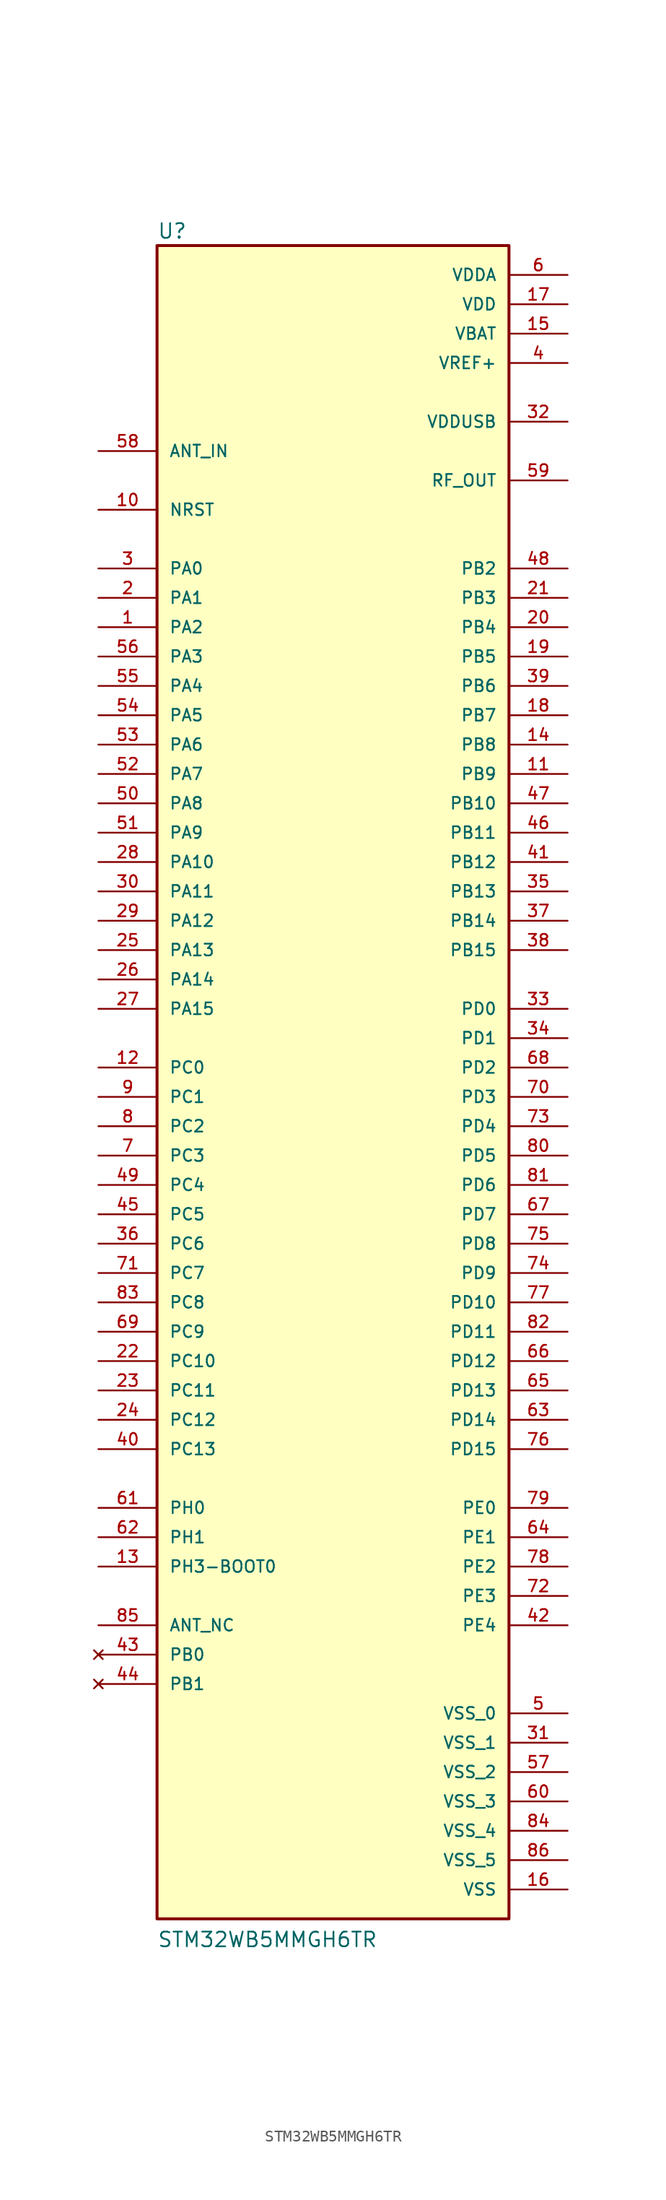
<source format=kicad_sym>
(kicad_symbol_lib
  (version 20211014)
  (generator kicad_symbol_editor)
  (symbol "STM32WB5MMGH6TR"
    (pin_names
      (offset 1.016))
    (property "Reference" "U"
      (at -15.24 71.628 0)
      (effects (font (size 1.27 1.27)) (justify bottom left)))
    (property "Value" "STM32WB5MMGH6TR"
      (at -15.24 -76.2 0)
      (effects (font (size 1.27 1.27)) (justify bottom left)))
    (symbol "STM32WB5MMGH6TR_0_0"
      (rectangle (start -15.24 -73.66) (end 15.24 71.12) (stroke (width 0.254)) (fill (type background)))
      (pin bidirectional line (at 20.32 -43.18 180.0) (length 5.08) (name "PE2" (effects (font (size 1.016 1.016)))) (number "78" (effects (font (size 1.016 1.016)))))
      (pin bidirectional line (at 20.32 -45.72 180.0) (length 5.08) (name "PE3" (effects (font (size 1.016 1.016)))) (number "72" (effects (font (size 1.016 1.016)))))
      (pin bidirectional line (at 20.32 -48.26 180.0) (length 5.08) (name "PE4" (effects (font (size 1.016 1.016)))) (number "42" (effects (font (size 1.016 1.016)))))
      (pin power_in line (at 20.32 63.5 180.0) (length 5.08) (name "VBAT" (effects (font (size 1.016 1.016)))) (number "15" (effects (font (size 1.016 1.016)))))
      (pin bidirectional line (at -20.32 -33.02 0) (length 5.08) (name "PC13" (effects (font (size 1.016 1.016)))) (number "40" (effects (font (size 1.016 1.016)))))
      (pin bidirectional line (at -20.32 -38.1 0) (length 5.08) (name "PH0" (effects (font (size 1.016 1.016)))) (number "61" (effects (font (size 1.016 1.016)))))
      (pin bidirectional line (at -20.32 -40.64 0) (length 5.08) (name "PH1" (effects (font (size 1.016 1.016)))) (number "62" (effects (font (size 1.016 1.016)))))
      (pin bidirectional line (at -20.32 0.0 0) (length 5.08) (name "PC0" (effects (font (size 1.016 1.016)))) (number "12" (effects (font (size 1.016 1.016)))))
      (pin bidirectional line (at -20.32 -2.54 0) (length 5.08) (name "PC1" (effects (font (size 1.016 1.016)))) (number "9" (effects (font (size 1.016 1.016)))))
      (pin bidirectional line (at -20.32 -5.08 0) (length 5.08) (name "PC2" (effects (font (size 1.016 1.016)))) (number "8" (effects (font (size 1.016 1.016)))))
      (pin bidirectional line (at -20.32 -7.62 0) (length 5.08) (name "PC3" (effects (font (size 1.016 1.016)))) (number "7" (effects (font (size 1.016 1.016)))))
      (pin input line (at -20.32 48.26 0) (length 5.08) (name "NRST" (effects (font (size 1.016 1.016)))) (number "10" (effects (font (size 1.016 1.016)))))
      (pin power_in line (at 20.32 60.96 180.0) (length 5.08) (name "VREF+" (effects (font (size 1.016 1.016)))) (number "4" (effects (font (size 1.016 1.016)))))
      (pin power_in line (at 20.32 68.58 180.0) (length 5.08) (name "VDDA" (effects (font (size 1.016 1.016)))) (number "6" (effects (font (size 1.016 1.016)))))
      (pin bidirectional line (at -20.32 43.18 0) (length 5.08) (name "PA0" (effects (font (size 1.016 1.016)))) (number "3" (effects (font (size 1.016 1.016)))))
      (pin bidirectional line (at -20.32 40.64 0) (length 5.08) (name "PA1" (effects (font (size 1.016 1.016)))) (number "2" (effects (font (size 1.016 1.016)))))
      (pin bidirectional line (at -20.32 38.1 0) (length 5.08) (name "PA2" (effects (font (size 1.016 1.016)))) (number "1" (effects (font (size 1.016 1.016)))))
      (pin bidirectional line (at -20.32 35.56 0) (length 5.08) (name "PA3" (effects (font (size 1.016 1.016)))) (number "56" (effects (font (size 1.016 1.016)))))
      (pin bidirectional line (at -20.32 33.02 0) (length 5.08) (name "PA4" (effects (font (size 1.016 1.016)))) (number "55" (effects (font (size 1.016 1.016)))))
      (pin bidirectional line (at -20.32 30.48 0) (length 5.08) (name "PA5" (effects (font (size 1.016 1.016)))) (number "54" (effects (font (size 1.016 1.016)))))
      (pin bidirectional line (at -20.32 27.94 0) (length 5.08) (name "PA6" (effects (font (size 1.016 1.016)))) (number "53" (effects (font (size 1.016 1.016)))))
      (pin bidirectional line (at -20.32 25.4 0) (length 5.08) (name "PA7" (effects (font (size 1.016 1.016)))) (number "52" (effects (font (size 1.016 1.016)))))
      (pin bidirectional line (at -20.32 -10.16 0) (length 5.08) (name "PC4" (effects (font (size 1.016 1.016)))) (number "49" (effects (font (size 1.016 1.016)))))
      (pin bidirectional line (at -20.32 -12.7 0) (length 5.08) (name "PC5" (effects (font (size 1.016 1.016)))) (number "45" (effects (font (size 1.016 1.016)))))
      (pin bidirectional line (at 20.32 43.18 180.0) (length 5.08) (name "PB2" (effects (font (size 1.016 1.016)))) (number "48" (effects (font (size 1.016 1.016)))))
      (pin bidirectional line (at 20.32 22.86 180.0) (length 5.08) (name "PB10" (effects (font (size 1.016 1.016)))) (number "47" (effects (font (size 1.016 1.016)))))
      (pin bidirectional line (at 20.32 20.32 180.0) (length 5.08) (name "PB11" (effects (font (size 1.016 1.016)))) (number "46" (effects (font (size 1.016 1.016)))))
      (pin bidirectional line (at 20.32 17.78 180.0) (length 5.08) (name "PB12" (effects (font (size 1.016 1.016)))) (number "41" (effects (font (size 1.016 1.016)))))
      (pin bidirectional line (at 20.32 15.24 180.0) (length 5.08) (name "PB13" (effects (font (size 1.016 1.016)))) (number "35" (effects (font (size 1.016 1.016)))))
      (pin bidirectional line (at 20.32 12.7 180.0) (length 5.08) (name "PB14" (effects (font (size 1.016 1.016)))) (number "37" (effects (font (size 1.016 1.016)))))
      (pin bidirectional line (at 20.32 10.16 180.0) (length 5.08) (name "PB15" (effects (font (size 1.016 1.016)))) (number "38" (effects (font (size 1.016 1.016)))))
      (pin bidirectional line (at 20.32 -15.24 180.0) (length 5.08) (name "PD8" (effects (font (size 1.016 1.016)))) (number "75" (effects (font (size 1.016 1.016)))))
      (pin bidirectional line (at 20.32 -17.78 180.0) (length 5.08) (name "PD9" (effects (font (size 1.016 1.016)))) (number "74" (effects (font (size 1.016 1.016)))))
      (pin bidirectional line (at 20.32 -20.32 180.0) (length 5.08) (name "PD10" (effects (font (size 1.016 1.016)))) (number "77" (effects (font (size 1.016 1.016)))))
      (pin bidirectional line (at 20.32 -22.86 180.0) (length 5.08) (name "PD11" (effects (font (size 1.016 1.016)))) (number "82" (effects (font (size 1.016 1.016)))))
      (pin bidirectional line (at 20.32 -25.4 180.0) (length 5.08) (name "PD12" (effects (font (size 1.016 1.016)))) (number "66" (effects (font (size 1.016 1.016)))))
      (pin bidirectional line (at 20.32 -27.94 180.0) (length 5.08) (name "PD13" (effects (font (size 1.016 1.016)))) (number "65" (effects (font (size 1.016 1.016)))))
      (pin bidirectional line (at 20.32 -30.48 180.0) (length 5.08) (name "PD14" (effects (font (size 1.016 1.016)))) (number "63" (effects (font (size 1.016 1.016)))))
      (pin bidirectional line (at 20.32 -33.02 180.0) (length 5.08) (name "PD15" (effects (font (size 1.016 1.016)))) (number "76" (effects (font (size 1.016 1.016)))))
      (pin bidirectional line (at -20.32 -15.24 0) (length 5.08) (name "PC6" (effects (font (size 1.016 1.016)))) (number "36" (effects (font (size 1.016 1.016)))))
      (pin bidirectional line (at -20.32 -17.78 0) (length 5.08) (name "PC7" (effects (font (size 1.016 1.016)))) (number "71" (effects (font (size 1.016 1.016)))))
      (pin bidirectional line (at -20.32 -20.32 0) (length 5.08) (name "PC8" (effects (font (size 1.016 1.016)))) (number "83" (effects (font (size 1.016 1.016)))))
      (pin bidirectional line (at -20.32 -22.86 0) (length 5.08) (name "PC9" (effects (font (size 1.016 1.016)))) (number "69" (effects (font (size 1.016 1.016)))))
      (pin bidirectional line (at -20.32 22.86 0) (length 5.08) (name "PA8" (effects (font (size 1.016 1.016)))) (number "50" (effects (font (size 1.016 1.016)))))
      (pin bidirectional line (at -20.32 20.32 0) (length 5.08) (name "PA9" (effects (font (size 1.016 1.016)))) (number "51" (effects (font (size 1.016 1.016)))))
      (pin power_in line (at 20.32 -71.12 180.0) (length 5.08) (name "VSS" (effects (font (size 1.016 1.016)))) (number "16" (effects (font (size 1.016 1.016)))))
      (pin power_in line (at 20.32 66.04 180.0) (length 5.08) (name "VDD" (effects (font (size 1.016 1.016)))) (number "17" (effects (font (size 1.016 1.016)))))
      (pin bidirectional line (at -20.32 17.78 0) (length 5.08) (name "PA10" (effects (font (size 1.016 1.016)))) (number "28" (effects (font (size 1.016 1.016)))))
      (pin bidirectional line (at -20.32 15.24 0) (length 5.08) (name "PA11" (effects (font (size 1.016 1.016)))) (number "30" (effects (font (size 1.016 1.016)))))
      (pin bidirectional line (at -20.32 12.7 0) (length 5.08) (name "PA12" (effects (font (size 1.016 1.016)))) (number "29" (effects (font (size 1.016 1.016)))))
      (pin bidirectional line (at -20.32 10.16 0) (length 5.08) (name "PA13" (effects (font (size 1.016 1.016)))) (number "25" (effects (font (size 1.016 1.016)))))
      (pin bidirectional line (at -20.32 7.62 0) (length 5.08) (name "PA14" (effects (font (size 1.016 1.016)))) (number "26" (effects (font (size 1.016 1.016)))))
      (pin bidirectional line (at -20.32 5.08 0) (length 5.08) (name "PA15" (effects (font (size 1.016 1.016)))) (number "27" (effects (font (size 1.016 1.016)))))
      (pin power_in line (at 20.32 55.88 180.0) (length 5.08) (name "VDDUSB" (effects (font (size 1.016 1.016)))) (number "32" (effects (font (size 1.016 1.016)))))
      (pin bidirectional line (at -20.32 -25.4 0) (length 5.08) (name "PC10" (effects (font (size 1.016 1.016)))) (number "22" (effects (font (size 1.016 1.016)))))
      (pin bidirectional line (at -20.32 -27.94 0) (length 5.08) (name "PC11" (effects (font (size 1.016 1.016)))) (number "23" (effects (font (size 1.016 1.016)))))
      (pin bidirectional line (at -20.32 -30.48 0) (length 5.08) (name "PC12" (effects (font (size 1.016 1.016)))) (number "24" (effects (font (size 1.016 1.016)))))
      (pin bidirectional line (at 20.32 5.08 180.0) (length 5.08) (name "PD0" (effects (font (size 1.016 1.016)))) (number "33" (effects (font (size 1.016 1.016)))))
      (pin bidirectional line (at 20.32 2.54 180.0) (length 5.08) (name "PD1" (effects (font (size 1.016 1.016)))) (number "34" (effects (font (size 1.016 1.016)))))
      (pin bidirectional line (at 20.32 0.0 180.0) (length 5.08) (name "PD2" (effects (font (size 1.016 1.016)))) (number "68" (effects (font (size 1.016 1.016)))))
      (pin bidirectional line (at 20.32 -2.54 180.0) (length 5.08) (name "PD3" (effects (font (size 1.016 1.016)))) (number "70" (effects (font (size 1.016 1.016)))))
      (pin bidirectional line (at 20.32 -5.08 180.0) (length 5.08) (name "PD4" (effects (font (size 1.016 1.016)))) (number "73" (effects (font (size 1.016 1.016)))))
      (pin bidirectional line (at 20.32 40.64 180.0) (length 5.08) (name "PB3" (effects (font (size 1.016 1.016)))) (number "21" (effects (font (size 1.016 1.016)))))
      (pin bidirectional line (at 20.32 38.1 180.0) (length 5.08) (name "PB4" (effects (font (size 1.016 1.016)))) (number "20" (effects (font (size 1.016 1.016)))))
      (pin bidirectional line (at 20.32 -7.62 180.0) (length 5.08) (name "PD5" (effects (font (size 1.016 1.016)))) (number "80" (effects (font (size 1.016 1.016)))))
      (pin bidirectional line (at 20.32 -10.16 180.0) (length 5.08) (name "PD6" (effects (font (size 1.016 1.016)))) (number "81" (effects (font (size 1.016 1.016)))))
      (pin bidirectional line (at 20.32 -12.7 180.0) (length 5.08) (name "PD7" (effects (font (size 1.016 1.016)))) (number "67" (effects (font (size 1.016 1.016)))))
      (pin bidirectional line (at 20.32 35.56 180.0) (length 5.08) (name "PB5" (effects (font (size 1.016 1.016)))) (number "19" (effects (font (size 1.016 1.016)))))
      (pin bidirectional line (at 20.32 33.02 180.0) (length 5.08) (name "PB6" (effects (font (size 1.016 1.016)))) (number "39" (effects (font (size 1.016 1.016)))))
      (pin bidirectional line (at 20.32 30.48 180.0) (length 5.08) (name "PB7" (effects (font (size 1.016 1.016)))) (number "18" (effects (font (size 1.016 1.016)))))
      (pin bidirectional line (at -20.32 -43.18 0) (length 5.08) (name "PH3-BOOT0" (effects (font (size 1.016 1.016)))) (number "13" (effects (font (size 1.016 1.016)))))
      (pin bidirectional line (at 20.32 27.94 180.0) (length 5.08) (name "PB8" (effects (font (size 1.016 1.016)))) (number "14" (effects (font (size 1.016 1.016)))))
      (pin bidirectional line (at 20.32 25.4 180.0) (length 5.08) (name "PB9" (effects (font (size 1.016 1.016)))) (number "11" (effects (font (size 1.016 1.016)))))
      (pin bidirectional line (at 20.32 -38.1 180.0) (length 5.08) (name "PE0" (effects (font (size 1.016 1.016)))) (number "79" (effects (font (size 1.016 1.016)))))
      (pin bidirectional line (at 20.32 -40.64 180.0) (length 5.08) (name "PE1" (effects (font (size 1.016 1.016)))) (number "64" (effects (font (size 1.016 1.016)))))
      (pin input line (at -20.32 53.34 0) (length 5.08) (name "ANT_IN" (effects (font (size 1.016 1.016)))) (number "58" (effects (font (size 1.016 1.016)))))
      (pin output line (at 20.32 50.8 180.0) (length 5.08) (name "RF_OUT" (effects (font (size 1.016 1.016)))) (number "59" (effects (font (size 1.016 1.016)))))
      (pin passive line (at -20.32 -48.26 0) (length 5.08) (name "ANT_NC" (effects (font (size 1.016 1.016)))) (number "85" (effects (font (size 1.016 1.016)))))
      (pin no_connect line (at -20.32 -50.8 0) (length 5.08) (name "PB0" (effects (font (size 1.016 1.016)))) (number "43" (effects (font (size 1.016 1.016)))))
      (pin no_connect line (at -20.32 -53.34 0) (length 5.08) (name "PB1" (effects (font (size 1.016 1.016)))) (number "44" (effects (font (size 1.016 1.016)))))
      (pin power_in line (at 20.32 -55.88 180.0) (length 5.08) (name "VSS_0" (effects (font (size 1.016 1.016)))) (number "5" (effects (font (size 1.016 1.016)))))
      (pin power_in line (at 20.32 -58.42 180.0) (length 5.08) (name "VSS_1" (effects (font (size 1.016 1.016)))) (number "31" (effects (font (size 1.016 1.016)))))
      (pin power_in line (at 20.32 -60.96 180.0) (length 5.08) (name "VSS_2" (effects (font (size 1.016 1.016)))) (number "57" (effects (font (size 1.016 1.016)))))
      (pin power_in line (at 20.32 -63.5 180.0) (length 5.08) (name "VSS_3" (effects (font (size 1.016 1.016)))) (number "60" (effects (font (size 1.016 1.016)))))
      (pin power_in line (at 20.32 -66.04 180.0) (length 5.08) (name "VSS_4" (effects (font (size 1.016 1.016)))) (number "84" (effects (font (size 1.016 1.016)))))
      (pin power_in line (at 20.32 -68.58 180.0) (length 5.08) (name "VSS_5" (effects (font (size 1.016 1.016)))) (number "86" (effects (font (size 1.016 1.016))))))))
</source>
